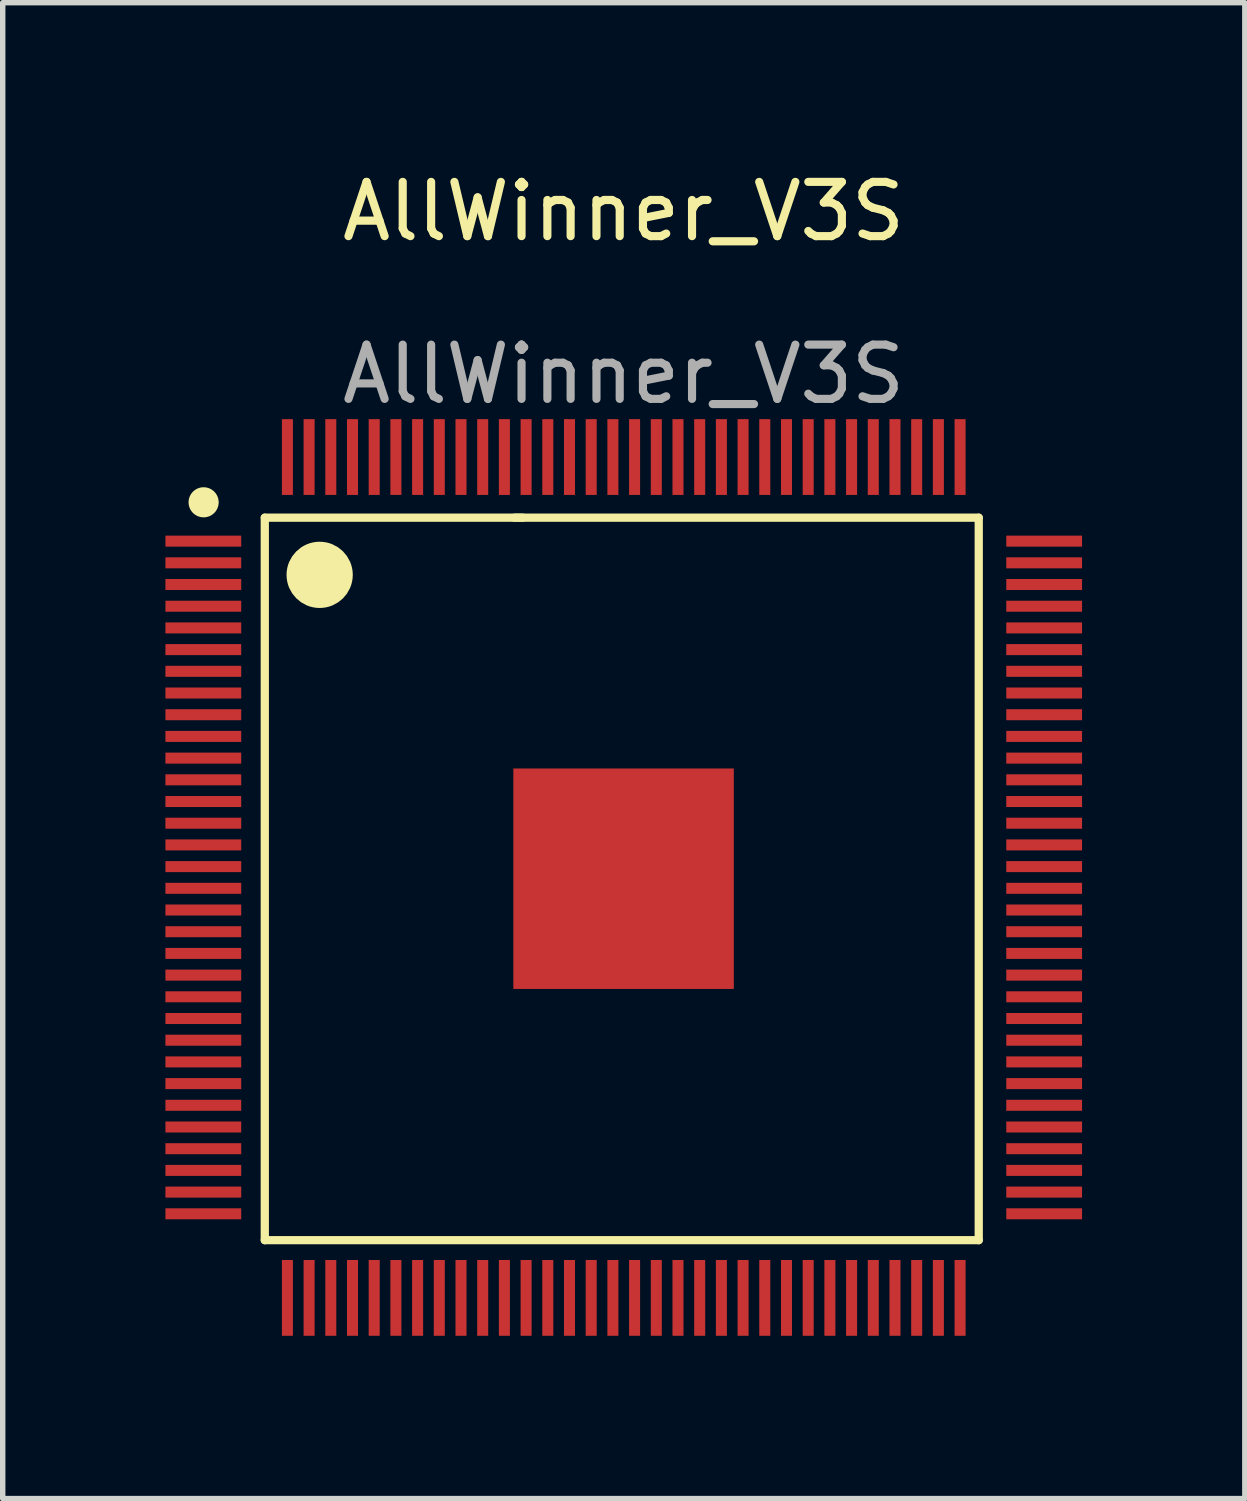
<source format=kicad_pcb>
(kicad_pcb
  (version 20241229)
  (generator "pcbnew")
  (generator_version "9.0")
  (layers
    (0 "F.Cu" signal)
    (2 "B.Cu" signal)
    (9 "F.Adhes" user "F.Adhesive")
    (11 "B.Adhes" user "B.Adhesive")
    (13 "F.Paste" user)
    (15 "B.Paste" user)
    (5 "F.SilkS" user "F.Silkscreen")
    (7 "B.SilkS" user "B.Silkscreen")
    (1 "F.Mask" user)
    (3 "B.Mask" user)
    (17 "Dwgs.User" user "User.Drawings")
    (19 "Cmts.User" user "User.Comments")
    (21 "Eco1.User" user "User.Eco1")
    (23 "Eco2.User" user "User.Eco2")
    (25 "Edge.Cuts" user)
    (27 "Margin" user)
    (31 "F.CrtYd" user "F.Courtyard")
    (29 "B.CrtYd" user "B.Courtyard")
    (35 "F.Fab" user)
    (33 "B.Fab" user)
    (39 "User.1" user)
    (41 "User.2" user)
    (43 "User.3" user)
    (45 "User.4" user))
  (footprint "AllWinner_V3S"
    (layer "F.Cu")
    (at 8.445 13.148)
    (property "Reference" "AllWinner_V3S" (at 0 -12.3 0) (unlocked yes) (layer "F.SilkS") (effects (font (size 1 1) (thickness 0.15))))
    (fp_line (start -6.614 -6.655) (end -1.858 -6.655) (stroke (width 0.152) (type solid)) (layer "F.SilkS"))
    (fp_line (start -6.614 6.663) (end -6.614 -6.655) (stroke (width 0.152) (type solid)) (layer "F.SilkS"))
    (fp_line (start -2.012 -6.655) (end 6.547 -6.655) (stroke (width 0.152) (type solid)) (layer "F.SilkS"))
    (fp_line (start 6.547 -6.655) (end 6.547 6.663) (stroke (width 0.152) (type solid)) (layer "F.SilkS"))
    (fp_line (start 6.547 6.663) (end -6.614 6.663) (stroke (width 0.152) (type solid)) (layer "F.SilkS"))
    (fp_arc (start -7.653845 -6.936687) (mid -7.829196 -6.942525) (end -7.653759 -6.940576) (stroke (width 0.381) (type solid)) (layer "F.SilkS"))
    (fp_arc (start -5.309433 -5.597962) (mid -5.895626 -5.607653) (end -5.309362 -5.604409) (stroke (width 0.635) (type solid)) (layer "F.SilkS"))
    (fp_text user "${REFERENCE}" (at 0 -9.3 0) (unlocked yes) (layer "F.Fab") (effects (font (size 1 1) (thickness 0.15))))
    (pad "1" smd rect (at -7.747 -6.223) (size 1.397 0.203) (layers "F.Cu" "F.Mask" "F.Paste"))
    (pad "2" smd rect (at -7.747 -5.823) (size 1.397 0.203) (layers "F.Cu" "F.Mask" "F.Paste"))
    (pad "3" smd rect (at -7.747 -5.423) (size 1.397 0.203) (layers "F.Cu" "F.Mask" "F.Paste"))
    (pad "4" smd rect (at -7.747 -5.023) (size 1.397 0.203) (layers "F.Cu" "F.Mask" "F.Paste"))
    (pad "5" smd rect (at -7.747 -4.623) (size 1.397 0.203) (layers "F.Cu" "F.Mask" "F.Paste"))
    (pad "6" smd rect (at -7.747 -4.223) (size 1.397 0.203) (layers "F.Cu" "F.Mask" "F.Paste"))
    (pad "7" smd rect (at -7.747 -3.823) (size 1.397 0.203) (layers "F.Cu" "F.Mask" "F.Paste"))
    (pad "8" smd rect (at -7.747 -3.423) (size 1.397 0.203) (layers "F.Cu" "F.Mask" "F.Paste"))
    (pad "9" smd rect (at -7.747 -3.023) (size 1.397 0.203) (layers "F.Cu" "F.Mask" "F.Paste"))
    (pad "10" smd rect (at -7.747 -2.623) (size 1.397 0.203) (layers "F.Cu" "F.Mask" "F.Paste"))
    (pad "11" smd rect (at -7.747 -2.223) (size 1.397 0.203) (layers "F.Cu" "F.Mask" "F.Paste"))
    (pad "12" smd rect (at -7.747 -1.823) (size 1.397 0.203) (layers "F.Cu" "F.Mask" "F.Paste"))
    (pad "13" smd rect (at -7.747 -1.423) (size 1.397 0.203) (layers "F.Cu" "F.Mask" "F.Paste"))
    (pad "14" smd rect (at -7.747 -1.023) (size 1.397 0.203) (layers "F.Cu" "F.Mask" "F.Paste"))
    (pad "15" smd rect (at -7.747 -0.623) (size 1.397 0.203) (layers "F.Cu" "F.Mask" "F.Paste"))
    (pad "16" smd rect (at -7.747 -0.223) (size 1.397 0.203) (layers "F.Cu" "F.Mask" "F.Paste"))
    (pad "17" smd rect (at -7.747 0.177) (size 1.397 0.203) (layers "F.Cu" "F.Mask" "F.Paste"))
    (pad "18" smd rect (at -7.747 0.577) (size 1.397 0.203) (layers "F.Cu" "F.Mask" "F.Paste"))
    (pad "19" smd rect (at -7.747 0.977) (size 1.397 0.203) (layers "F.Cu" "F.Mask" "F.Paste"))
    (pad "20" smd rect (at -7.747 1.377) (size 1.397 0.203) (layers "F.Cu" "F.Mask" "F.Paste"))
    (pad "21" smd rect (at -7.747 1.777) (size 1.397 0.203) (layers "F.Cu" "F.Mask" "F.Paste"))
    (pad "22" smd rect (at -7.747 2.177) (size 1.397 0.203) (layers "F.Cu" "F.Mask" "F.Paste"))
    (pad "23" smd rect (at -7.747 2.577) (size 1.397 0.203) (layers "F.Cu" "F.Mask" "F.Paste"))
    (pad "24" smd rect (at -7.747 2.977) (size 1.397 0.203) (layers "F.Cu" "F.Mask" "F.Paste"))
    (pad "25" smd rect (at -7.747 3.377) (size 1.397 0.203) (layers "F.Cu" "F.Mask" "F.Paste"))
    (pad "26" smd rect (at -7.747 3.777) (size 1.397 0.203) (layers "F.Cu" "F.Mask" "F.Paste"))
    (pad "27" smd rect (at -7.747 4.177) (size 1.397 0.203) (layers "F.Cu" "F.Mask" "F.Paste"))
    (pad "28" smd rect (at -7.747 4.577) (size 1.397 0.203) (layers "F.Cu" "F.Mask" "F.Paste"))
    (pad "29" smd rect (at -7.747 4.977) (size 1.397 0.203) (layers "F.Cu" "F.Mask" "F.Paste"))
    (pad "30" smd rect (at -7.747 5.377) (size 1.397 0.203) (layers "F.Cu" "F.Mask" "F.Paste"))
    (pad "31" smd rect (at -7.747 5.777) (size 1.397 0.203) (layers "F.Cu" "F.Mask" "F.Paste"))
    (pad "32" smd rect (at -7.747 6.177) (size 1.397 0.203) (layers "F.Cu" "F.Mask" "F.Paste"))
    (pad "33" smd rect (at -6.197 7.727) (size 0.203 1.397) (layers "F.Cu" "F.Mask" "F.Paste"))
    (pad "34" smd rect (at -5.797 7.727) (size 0.203 1.397) (layers "F.Cu" "F.Mask" "F.Paste"))
    (pad "35" smd rect (at -5.397 7.727) (size 0.203 1.397) (layers "F.Cu" "F.Mask" "F.Paste"))
    (pad "36" smd rect (at -4.997 7.727) (size 0.203 1.397) (layers "F.Cu" "F.Mask" "F.Paste"))
    (pad "37" smd rect (at -4.597 7.727) (size 0.203 1.397) (layers "F.Cu" "F.Mask" "F.Paste"))
    (pad "38" smd rect (at -4.197 7.727) (size 0.203 1.397) (layers "F.Cu" "F.Mask" "F.Paste"))
    (pad "39" smd rect (at -3.797 7.727) (size 0.203 1.397) (layers "F.Cu" "F.Mask" "F.Paste"))
    (pad "40" smd rect (at -3.397 7.727) (size 0.203 1.397) (layers "F.Cu" "F.Mask" "F.Paste"))
    (pad "41" smd rect (at -2.997 7.727) (size 0.203 1.397) (layers "F.Cu" "F.Mask" "F.Paste"))
    (pad "42" smd rect (at -2.597 7.727) (size 0.203 1.397) (layers "F.Cu" "F.Mask" "F.Paste"))
    (pad "43" smd rect (at -2.197 7.727) (size 0.203 1.397) (layers "F.Cu" "F.Mask" "F.Paste"))
    (pad "44" smd rect (at -1.797 7.727) (size 0.203 1.397) (layers "F.Cu" "F.Mask" "F.Paste"))
    (pad "45" smd rect (at -1.397 7.727) (size 0.203 1.397) (layers "F.Cu" "F.Mask" "F.Paste"))
    (pad "46" smd rect (at -0.997 7.727) (size 0.203 1.397) (layers "F.Cu" "F.Mask" "F.Paste"))
    (pad "47" smd rect (at -0.597 7.727) (size 0.203 1.397) (layers "F.Cu" "F.Mask" "F.Paste"))
    (pad "48" smd rect (at -0.197 7.727) (size 0.203 1.397) (layers "F.Cu" "F.Mask" "F.Paste"))
    (pad "49" smd rect (at 0.203 7.727) (size 0.203 1.397) (layers "F.Cu" "F.Mask" "F.Paste"))
    (pad "50" smd rect (at 0.603 7.727) (size 0.203 1.397) (layers "F.Cu" "F.Mask" "F.Paste"))
    (pad "51" smd rect (at 1.003 7.727) (size 0.203 1.397) (layers "F.Cu" "F.Mask" "F.Paste"))
    (pad "52" smd rect (at 1.403 7.727) (size 0.203 1.397) (layers "F.Cu" "F.Mask" "F.Paste"))
    (pad "53" smd rect (at 1.803 7.727) (size 0.203 1.397) (layers "F.Cu" "F.Mask" "F.Paste"))
    (pad "54" smd rect (at 2.203 7.727) (size 0.203 1.397) (layers "F.Cu" "F.Mask" "F.Paste"))
    (pad "55" smd rect (at 2.603 7.727) (size 0.203 1.397) (layers "F.Cu" "F.Mask" "F.Paste"))
    (pad "56" smd rect (at 3.003 7.727) (size 0.203 1.397) (layers "F.Cu" "F.Mask" "F.Paste"))
    (pad "57" smd rect (at 3.403 7.727) (size 0.203 1.397) (layers "F.Cu" "F.Mask" "F.Paste"))
    (pad "58" smd rect (at 3.803 7.727) (size 0.203 1.397) (layers "F.Cu" "F.Mask" "F.Paste"))
    (pad "59" smd rect (at 4.203 7.727) (size 0.203 1.397) (layers "F.Cu" "F.Mask" "F.Paste"))
    (pad "60" smd rect (at 4.603 7.727) (size 0.203 1.397) (layers "F.Cu" "F.Mask" "F.Paste"))
    (pad "61" smd rect (at 5.003 7.727) (size 0.203 1.397) (layers "F.Cu" "F.Mask" "F.Paste"))
    (pad "62" smd rect (at 5.403 7.727) (size 0.203 1.397) (layers "F.Cu" "F.Mask" "F.Paste"))
    (pad "63" smd rect (at 5.803 7.727) (size 0.203 1.397) (layers "F.Cu" "F.Mask" "F.Paste"))
    (pad "64" smd rect (at 6.203 7.727) (size 0.203 1.397) (layers "F.Cu" "F.Mask" "F.Paste"))
    (pad "65" smd rect (at 7.753 6.177) (size 1.397 0.203) (layers "F.Cu" "F.Mask" "F.Paste"))
    (pad "66" smd rect (at 7.753 5.777) (size 1.397 0.203) (layers "F.Cu" "F.Mask" "F.Paste"))
    (pad "67" smd rect (at 7.753 5.377) (size 1.397 0.203) (layers "F.Cu" "F.Mask" "F.Paste"))
    (pad "68" smd rect (at 7.753 4.977) (size 1.397 0.203) (layers "F.Cu" "F.Mask" "F.Paste"))
    (pad "69" smd rect (at 7.753 4.577) (size 1.397 0.203) (layers "F.Cu" "F.Mask" "F.Paste"))
    (pad "70" smd rect (at 7.753 4.177) (size 1.397 0.203) (layers "F.Cu" "F.Mask" "F.Paste"))
    (pad "71" smd rect (at 7.753 3.777) (size 1.397 0.203) (layers "F.Cu" "F.Mask" "F.Paste"))
    (pad "72" smd rect (at 7.753 3.377) (size 1.397 0.203) (layers "F.Cu" "F.Mask" "F.Paste"))
    (pad "73" smd rect (at 7.753 2.977) (size 1.397 0.203) (layers "F.Cu" "F.Mask" "F.Paste"))
    (pad "74" smd rect (at 7.753 2.577) (size 1.397 0.203) (layers "F.Cu" "F.Mask" "F.Paste"))
    (pad "75" smd rect (at 7.753 2.177) (size 1.397 0.203) (layers "F.Cu" "F.Mask" "F.Paste"))
    (pad "76" smd rect (at 7.753 1.777) (size 1.397 0.203) (layers "F.Cu" "F.Mask" "F.Paste"))
    (pad "77" smd rect (at 7.753 1.377) (size 1.397 0.203) (layers "F.Cu" "F.Mask" "F.Paste"))
    (pad "78" smd rect (at 7.753 0.977) (size 1.397 0.203) (layers "F.Cu" "F.Mask" "F.Paste"))
    (pad "79" smd rect (at 7.753 0.577) (size 1.397 0.203) (layers "F.Cu" "F.Mask" "F.Paste"))
    (pad "80" smd rect (at 7.753 0.177) (size 1.397 0.203) (layers "F.Cu" "F.Mask" "F.Paste"))
    (pad "81" smd rect (at 7.753 -0.223) (size 1.397 0.203) (layers "F.Cu" "F.Mask" "F.Paste"))
    (pad "82" smd rect (at 7.753 -0.623) (size 1.397 0.203) (layers "F.Cu" "F.Mask" "F.Paste"))
    (pad "83" smd rect (at 7.753 -1.023) (size 1.397 0.203) (layers "F.Cu" "F.Mask" "F.Paste"))
    (pad "84" smd rect (at 7.753 -1.423) (size 1.397 0.203) (layers "F.Cu" "F.Mask" "F.Paste"))
    (pad "85" smd rect (at 7.753 -1.823) (size 1.397 0.203) (layers "F.Cu" "F.Mask" "F.Paste"))
    (pad "86" smd rect (at 7.753 -2.223) (size 1.397 0.203) (layers "F.Cu" "F.Mask" "F.Paste"))
    (pad "87" smd rect (at 7.753 -2.623) (size 1.397 0.203) (layers "F.Cu" "F.Mask" "F.Paste"))
    (pad "88" smd rect (at 7.753 -3.023) (size 1.397 0.203) (layers "F.Cu" "F.Mask" "F.Paste"))
    (pad "89" smd rect (at 7.753 -3.423) (size 1.397 0.203) (layers "F.Cu" "F.Mask" "F.Paste"))
    (pad "90" smd rect (at 7.753 -3.823) (size 1.397 0.203) (layers "F.Cu" "F.Mask" "F.Paste"))
    (pad "91" smd rect (at 7.753 -4.223) (size 1.397 0.203) (layers "F.Cu" "F.Mask" "F.Paste"))
    (pad "92" smd rect (at 7.753 -4.623) (size 1.397 0.203) (layers "F.Cu" "F.Mask" "F.Paste"))
    (pad "93" smd rect (at 7.753 -5.023) (size 1.397 0.203) (layers "F.Cu" "F.Mask" "F.Paste"))
    (pad "94" smd rect (at 7.753 -5.423) (size 1.397 0.203) (layers "F.Cu" "F.Mask" "F.Paste"))
    (pad "95" smd rect (at 7.753 -5.823) (size 1.397 0.203) (layers "F.Cu" "F.Mask" "F.Paste"))
    (pad "96" smd rect (at 7.753 -6.223) (size 1.397 0.203) (layers "F.Cu" "F.Mask" "F.Paste"))
    (pad "97" smd rect (at 6.203 -7.773) (size 0.203 1.397) (layers "F.Cu" "F.Mask" "F.Paste"))
    (pad "98" smd rect (at 5.803 -7.773) (size 0.203 1.397) (layers "F.Cu" "F.Mask" "F.Paste"))
    (pad "99" smd rect (at 5.403 -7.773) (size 0.203 1.397) (layers "F.Cu" "F.Mask" "F.Paste"))
    (pad "100" smd rect (at 5.003 -7.773) (size 0.203 1.397) (layers "F.Cu" "F.Mask" "F.Paste"))
    (pad "101" smd rect (at 4.603 -7.773) (size 0.203 1.397) (layers "F.Cu" "F.Mask" "F.Paste"))
    (pad "102" smd rect (at 4.203 -7.773) (size 0.203 1.397) (layers "F.Cu" "F.Mask" "F.Paste"))
    (pad "103" smd rect (at 3.803 -7.773) (size 0.203 1.397) (layers "F.Cu" "F.Mask" "F.Paste"))
    (pad "104" smd rect (at 3.403 -7.773) (size 0.203 1.397) (layers "F.Cu" "F.Mask" "F.Paste"))
    (pad "105" smd rect (at 3.003 -7.773) (size 0.203 1.397) (layers "F.Cu" "F.Mask" "F.Paste"))
    (pad "106" smd rect (at 2.603 -7.773) (size 0.203 1.397) (layers "F.Cu" "F.Mask" "F.Paste"))
    (pad "107" smd rect (at 2.203 -7.773) (size 0.203 1.397) (layers "F.Cu" "F.Mask" "F.Paste"))
    (pad "108" smd rect (at 1.803 -7.773) (size 0.203 1.397) (layers "F.Cu" "F.Mask" "F.Paste"))
    (pad "109" smd rect (at 1.403 -7.773) (size 0.203 1.397) (layers "F.Cu" "F.Mask" "F.Paste"))
    (pad "110" smd rect (at 1.003 -7.773) (size 0.203 1.397) (layers "F.Cu" "F.Mask" "F.Paste"))
    (pad "111" smd rect (at 0.603 -7.773) (size 0.203 1.397) (layers "F.Cu" "F.Mask" "F.Paste"))
    (pad "112" smd rect (at 0.203 -7.773) (size 0.203 1.397) (layers "F.Cu" "F.Mask" "F.Paste"))
    (pad "113" smd rect (at -0.197 -7.773) (size 0.203 1.397) (layers "F.Cu" "F.Mask" "F.Paste"))
    (pad "114" smd rect (at -0.597 -7.773) (size 0.203 1.397) (layers "F.Cu" "F.Mask" "F.Paste"))
    (pad "115" smd rect (at -0.997 -7.773) (size 0.203 1.397) (layers "F.Cu" "F.Mask" "F.Paste"))
    (pad "116" smd rect (at -1.397 -7.773) (size 0.203 1.397) (layers "F.Cu" "F.Mask" "F.Paste"))
    (pad "117" smd rect (at -1.797 -7.773) (size 0.203 1.397) (layers "F.Cu" "F.Mask" "F.Paste"))
    (pad "118" smd rect (at -2.197 -7.773) (size 0.203 1.397) (layers "F.Cu" "F.Mask" "F.Paste"))
    (pad "119" smd rect (at -2.597 -7.773) (size 0.203 1.397) (layers "F.Cu" "F.Mask" "F.Paste"))
    (pad "120" smd rect (at -2.997 -7.773) (size 0.203 1.397) (layers "F.Cu" "F.Mask" "F.Paste"))
    (pad "121" smd rect (at -3.397 -7.773) (size 0.203 1.397) (layers "F.Cu" "F.Mask" "F.Paste"))
    (pad "122" smd rect (at -3.797 -7.773) (size 0.203 1.397) (layers "F.Cu" "F.Mask" "F.Paste"))
    (pad "123" smd rect (at -4.197 -7.773) (size 0.203 1.397) (layers "F.Cu" "F.Mask" "F.Paste"))
    (pad "124" smd rect (at -4.597 -7.773) (size 0.203 1.397) (layers "F.Cu" "F.Mask" "F.Paste"))
    (pad "125" smd rect (at -4.997 -7.773) (size 0.203 1.397) (layers "F.Cu" "F.Mask" "F.Paste"))
    (pad "126" smd rect (at -5.397 -7.773) (size 0.203 1.397) (layers "F.Cu" "F.Mask" "F.Paste"))
    (pad "127" smd rect (at -5.797 -7.773) (size 0.203 1.397) (layers "F.Cu" "F.Mask" "F.Paste"))
    (pad "128" smd rect (at -6.197 -7.773) (size 0.203 1.397) (layers "F.Cu" "F.Mask" "F.Paste"))
    (pad "129" smd rect (at 0 0 270) (size 4.064 4.064) (layers "F.Cu" "F.Mask" "F.Paste")))
  (gr_rect
    (start -3 -3)
    (end 19.897 24.574)
    (stroke (width 0.1) (type default))
    (fill no)
    (layer "Edge.Cuts")))
</source>
